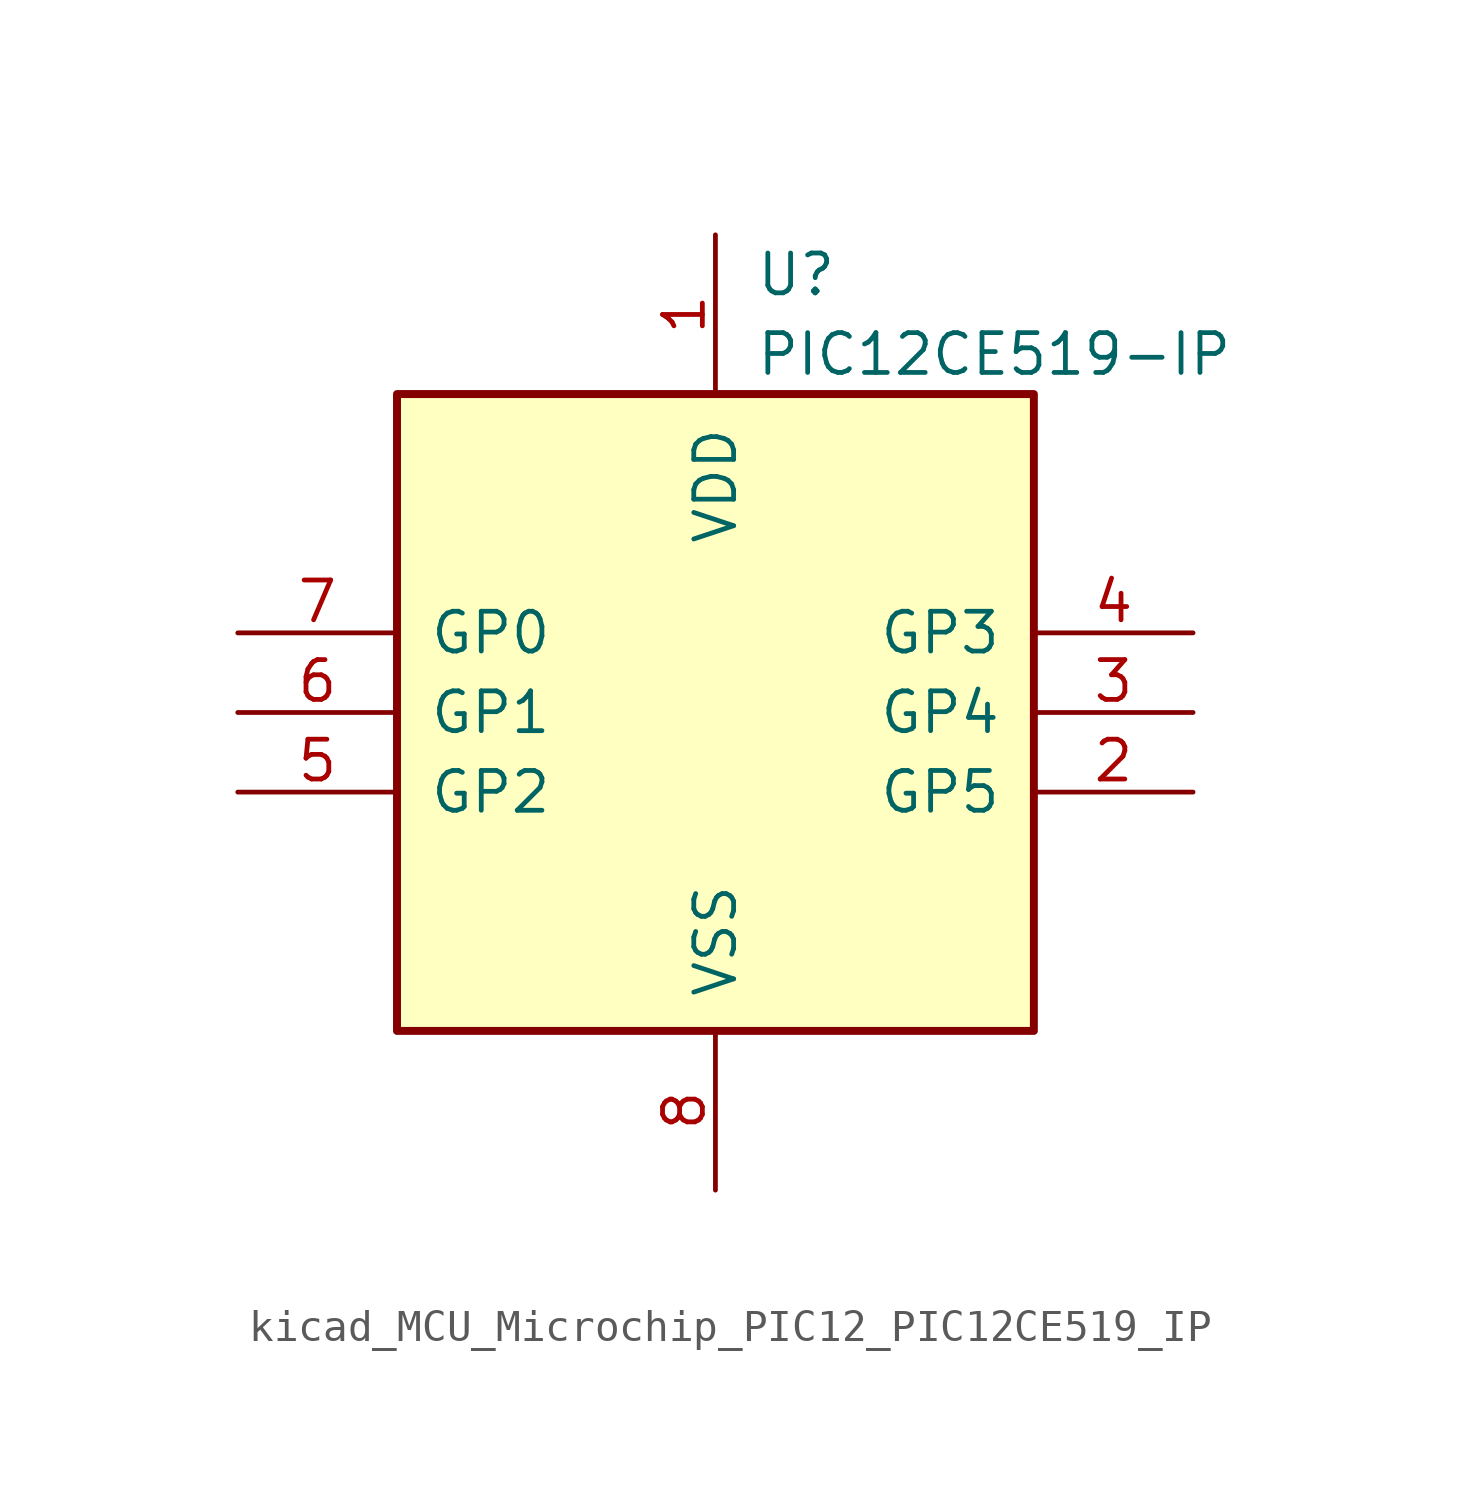
<source format=kicad_sym>
(kicad_symbol_lib
  (version 20220914)
  (generator kicad_symbol_editor)
  (symbol "kicad_MCU_Microchip_PIC12_PIC12CE519_IP"
    (pin_names
      (offset 1.016))
    (property "Reference" "U"
      (at 1.27 13.97 0)
      (effects (font (size 1.27 1.27)) (justify left)))
    (property "Value" "PIC12CE519-IP"
      (at 1.27 11.43 0)
      (effects (font (size 1.27 1.27)) (justify left)))
    (symbol "kicad_MCU_Microchip_PIC12_PIC12CE519_IP_0_1"
      (rectangle (start 10.16 -10.16) (end -10.16 10.16) (stroke (width 0.254) (type default)) (fill (type background))))
    (symbol "kicad_MCU_Microchip_PIC12_PIC12CE519_IP_1_1"
      (pin power_in line (at 0 15.24 270) (length 5.08) (name "VDD" (effects (font (size 1.27 1.27)))) (number "1" (effects (font (size 1.27 1.27)))))
      (pin bidirectional line (at 15.24 -2.54 180) (length 5.08) (name "GP5" (effects (font (size 1.27 1.27)))) (number "2" (effects (font (size 1.27 1.27)))))
      (pin bidirectional line (at 15.24 0 180) (length 5.08) (name "GP4" (effects (font (size 1.27 1.27)))) (number "3" (effects (font (size 1.27 1.27)))))
      (pin input line (at 15.24 2.54 180) (length 5.08) (name "GP3" (effects (font (size 1.27 1.27)))) (number "4" (effects (font (size 1.27 1.27)))))
      (pin bidirectional line (at -15.24 -2.54 0) (length 5.08) (name "GP2" (effects (font (size 1.27 1.27)))) (number "5" (effects (font (size 1.27 1.27)))))
      (pin bidirectional line (at -15.24 0 0) (length 5.08) (name "GP1" (effects (font (size 1.27 1.27)))) (number "6" (effects (font (size 1.27 1.27)))))
      (pin bidirectional line (at -15.24 2.54 0) (length 5.08) (name "GP0" (effects (font (size 1.27 1.27)))) (number "7" (effects (font (size 1.27 1.27)))))
      (pin power_in line (at 0 -15.24 90) (length 5.08) (name "VSS" (effects (font (size 1.27 1.27)))) (number "8" (effects (font (size 1.27 1.27))))))))
</source>
